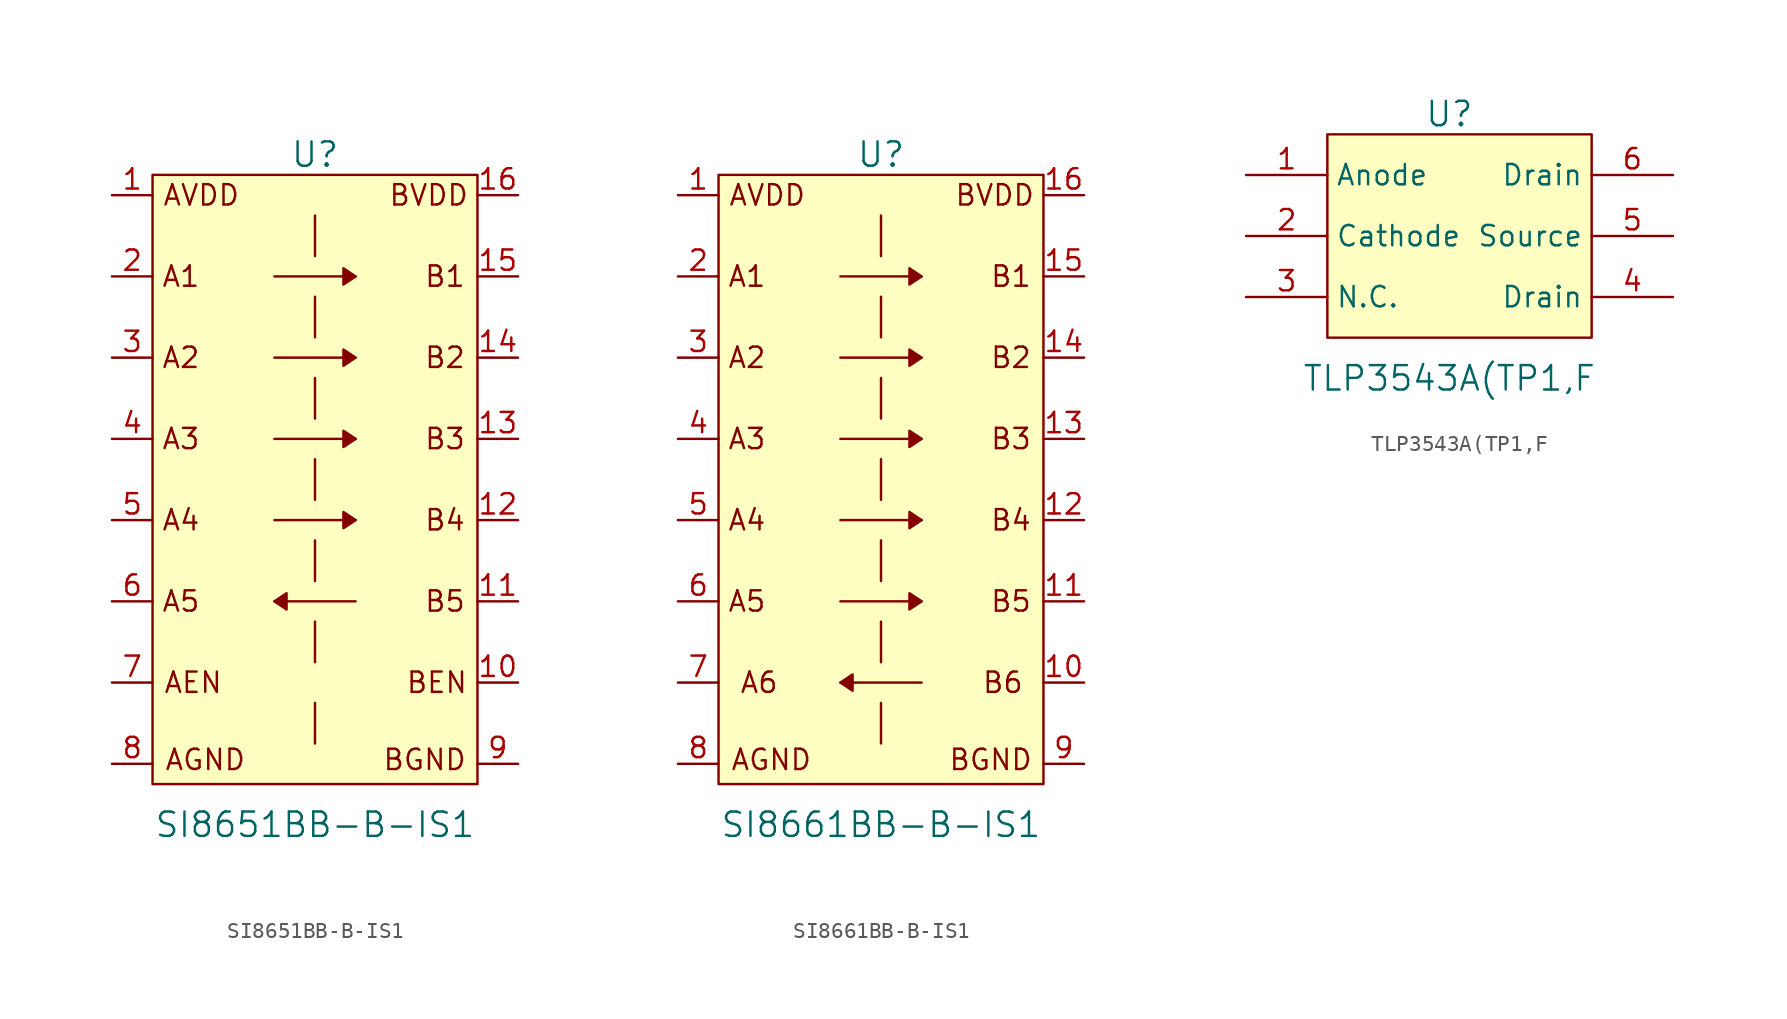
<source format=kicad_sym>
(kicad_symbol_lib
  (version 20231120)
  (generator "kicad_symbol_editor")
  (generator_version "8.0")
  (symbol "SI8651BB-B-IS1"
    (pin_names
      (offset 0) hide)
    (property "Reference" "U"
      (at 0 20.32 0)
      (effects (font (size 1.524 1.524))))
    (property "Value" "SI8651BB-B-IS1"
      (at 0 -21.59 0)
      (effects (font (size 1.524 1.524))))
    (symbol "SI8651BB-B-IS1_0_0"
      (polyline (pts (xy -2.54 -7.62) (xy 2.54 -7.62)) (stroke (width 0) (type default)) (fill (type none)))
      (polyline (pts (xy -2.54 -2.54) (xy 2.54 -2.54)) (stroke (width 0) (type default)) (fill (type none)))
      (polyline (pts (xy -2.54 2.54) (xy 2.54 2.54)) (stroke (width 0) (type default)) (fill (type none)))
      (polyline (pts (xy -2.54 7.62) (xy 2.54 7.62)) (stroke (width 0) (type default)) (fill (type none)))
      (polyline (pts (xy -2.54 12.7) (xy 2.54 12.7)) (stroke (width 0) (type default)) (fill (type none)))
      (polyline (pts (xy 0 -13.97) (xy 0 -16.51)) (stroke (width 0) (type default)) (fill (type none)))
      (polyline (pts (xy 0 -8.89) (xy 0 -11.43)) (stroke (width 0) (type default)) (fill (type none)))
      (polyline (pts (xy 0 -3.81) (xy 0 -6.35)) (stroke (width 0) (type default)) (fill (type none)))
      (polyline (pts (xy 0 1.27) (xy 0 -1.27)) (stroke (width 0) (type default)) (fill (type none)))
      (polyline (pts (xy 0 6.35) (xy 0 3.81)) (stroke (width 0) (type default)) (fill (type none)))
      (polyline (pts (xy 0 11.43) (xy 0 8.89)) (stroke (width 0) (type default)) (fill (type none)))
      (polyline (pts (xy 0 16.51) (xy 0 13.97)) (stroke (width 0) (type default)) (fill (type none)))
      (polyline (pts (xy -2.54 -7.62) (xy -1.778 -7.112) (xy -1.778 -8.128) (xy -2.54 -7.62)) (stroke (width 0) (type default)) (fill (type outline)))
      (polyline (pts (xy 2.54 -2.54) (xy 1.778 -2.032) (xy 1.778 -3.048) (xy 2.54 -2.54)) (stroke (width 0) (type default)) (fill (type outline)))
      (polyline (pts (xy 2.54 2.54) (xy 1.778 3.048) (xy 1.778 2.032) (xy 2.54 2.54)) (stroke (width 0) (type default)) (fill (type outline)))
      (polyline (pts (xy 2.54 7.62) (xy 1.778 8.128) (xy 1.778 7.112) (xy 2.54 7.62)) (stroke (width 0) (type default)) (fill (type outline)))
      (polyline (pts (xy 2.54 12.7) (xy 1.778 13.208) (xy 1.778 12.192) (xy 2.54 12.7)) (stroke (width 0) (type default)) (fill (type outline)))
      (polyline (pts (xy -10.16 19.05) (xy 10.16 19.05) (xy 10.16 -19.05) (xy -10.16 -19.05) (xy -10.16 1.27) (xy -10.16 19.05)) (stroke (width 0) (type default)) (fill (type background)))
      (text "A1" (at -8.382 12.7 0) (effects (font (size 1.27 1.27))))
      (text "A2" (at -8.382 7.62 0) (effects (font (size 1.27 1.27))))
      (text "A3" (at -8.382 2.54 0) (effects (font (size 1.27 1.27))))
      (text "A4" (at -8.382 -2.54 0) (effects (font (size 1.27 1.27))))
      (text "A5" (at -8.382 -7.62 0) (effects (font (size 1.27 1.27))))
      (text "AEN" (at -7.62 -12.7 0) (effects (font (size 1.27 1.27))))
      (text "AGND" (at -6.858 -17.526 0) (effects (font (size 1.27 1.27))))
      (text "AVDD" (at -7.112 17.78 0) (effects (font (size 1.27 1.27))))
      (text "B1" (at 8.128 12.7 0) (effects (font (size 1.27 1.27))))
      (text "B2" (at 8.128 7.62 0) (effects (font (size 1.27 1.27))))
      (text "B3" (at 8.128 2.54 0) (effects (font (size 1.27 1.27))))
      (text "B4" (at 8.128 -2.54 0) (effects (font (size 1.27 1.27))))
      (text "B5" (at 8.128 -7.62 0) (effects (font (size 1.27 1.27))))
      (text "BEN" (at 7.62 -12.7 0) (effects (font (size 1.27 1.27))))
      (text "BGND" (at 6.858 -17.526 0) (effects (font (size 1.27 1.27))))
      (text "BVDD" (at 7.112 17.78 0) (effects (font (size 1.27 1.27)))))
    (symbol "SI8651BB-B-IS1_1_1"
      (pin input line (at -12.7 17.78 0) (length 2.54) (name "AVDD" (effects (font (size 1.27 1.27)))) (number "1" (effects (font (size 1.27 1.27)))))
      (pin input line (at 12.7 -12.7 180) (length 2.54) (name "BEN" (effects (font (size 1.27 1.27)))) (number "10" (effects (font (size 1.27 1.27)))))
      (pin input line (at 12.7 -7.62 180) (length 2.54) (name "B5" (effects (font (size 1.27 1.27)))) (number "11" (effects (font (size 1.27 1.27)))))
      (pin input line (at 12.7 -2.54 180) (length 2.54) (name "B4" (effects (font (size 1.27 1.27)))) (number "12" (effects (font (size 1.27 1.27)))))
      (pin input line (at 12.7 2.54 180) (length 2.54) (name "B3" (effects (font (size 1.27 1.27)))) (number "13" (effects (font (size 1.27 1.27)))))
      (pin input line (at 12.7 7.62 180) (length 2.54) (name "B2" (effects (font (size 1.27 1.27)))) (number "14" (effects (font (size 1.27 1.27)))))
      (pin input line (at 12.7 12.7 180) (length 2.54) (name "B1" (effects (font (size 1.27 1.27)))) (number "15" (effects (font (size 1.27 1.27)))))
      (pin input line (at 12.7 17.78 180) (length 2.54) (name "BVDD" (effects (font (size 1.27 1.27)))) (number "16" (effects (font (size 1.27 1.27)))))
      (pin input line (at -12.7 12.7 0) (length 2.54) (name "A1" (effects (font (size 1.27 1.27)))) (number "2" (effects (font (size 1.27 1.27)))))
      (pin input line (at -12.7 7.62 0) (length 2.54) (name "A2" (effects (font (size 1.27 1.27)))) (number "3" (effects (font (size 1.27 1.27)))))
      (pin input line (at -12.7 2.54 0) (length 2.54) (name "A3" (effects (font (size 1.27 1.27)))) (number "4" (effects (font (size 1.27 1.27)))))
      (pin input line (at -12.7 -2.54 0) (length 2.54) (name "A4" (effects (font (size 1.27 1.27)))) (number "5" (effects (font (size 1.27 1.27)))))
      (pin input line (at -12.7 -7.62 0) (length 2.54) (name "A5" (effects (font (size 1.27 1.27)))) (number "6" (effects (font (size 1.27 1.27)))))
      (pin input line (at -12.7 -12.7 0) (length 2.54) (name "AEN" (effects (font (size 1.27 1.27)))) (number "7" (effects (font (size 1.27 1.27)))))
      (pin input line (at -12.7 -17.78 0) (length 2.54) (name "AGND" (effects (font (size 1.27 1.27)))) (number "8" (effects (font (size 1.27 1.27)))))
      (pin input line (at 12.7 -17.78 180) (length 2.54) (name "BGND" (effects (font (size 1.27 1.27)))) (number "9" (effects (font (size 1.27 1.27)))))))
  (symbol "SI8661BB-B-IS1"
    (pin_names
      (offset 0) hide)
    (property "Reference" "U"
      (at 0 20.32 0)
      (effects (font (size 1.524 1.524))))
    (property "Value" "SI8661BB-B-IS1"
      (at 0 -21.59 0)
      (effects (font (size 1.524 1.524))))
    (symbol "SI8661BB-B-IS1_0_0"
      (polyline (pts (xy -2.54 -12.7) (xy 2.54 -12.7)) (stroke (width 0) (type default)) (fill (type none)))
      (polyline (pts (xy -2.54 -2.54) (xy 2.54 -2.54)) (stroke (width 0) (type default)) (fill (type none)))
      (polyline (pts (xy -2.54 2.54) (xy 2.54 2.54)) (stroke (width 0) (type default)) (fill (type none)))
      (polyline (pts (xy -2.54 7.62) (xy 2.54 7.62)) (stroke (width 0) (type default)) (fill (type none)))
      (polyline (pts (xy -2.54 12.7) (xy 2.54 12.7)) (stroke (width 0) (type default)) (fill (type none)))
      (polyline (pts (xy 0 -13.97) (xy 0 -16.51)) (stroke (width 0) (type default)) (fill (type none)))
      (polyline (pts (xy 0 -8.89) (xy 0 -11.43)) (stroke (width 0) (type default)) (fill (type none)))
      (polyline (pts (xy 0 -3.81) (xy 0 -6.35)) (stroke (width 0) (type default)) (fill (type none)))
      (polyline (pts (xy 0 1.27) (xy 0 -1.27)) (stroke (width 0) (type default)) (fill (type none)))
      (polyline (pts (xy 0 6.35) (xy 0 3.81)) (stroke (width 0) (type default)) (fill (type none)))
      (polyline (pts (xy 0 11.43) (xy 0 8.89)) (stroke (width 0) (type default)) (fill (type none)))
      (polyline (pts (xy 0 16.51) (xy 0 13.97)) (stroke (width 0) (type default)) (fill (type none)))
      (polyline (pts (xy -2.54 -12.7) (xy -1.778 -12.192) (xy -1.778 -13.208) (xy -2.54 -12.7)) (stroke (width 0) (type default)) (fill (type outline)))
      (polyline (pts (xy 2.54 -2.54) (xy 1.778 -2.032) (xy 1.778 -3.048) (xy 2.54 -2.54)) (stroke (width 0) (type default)) (fill (type outline)))
      (polyline (pts (xy 2.54 2.54) (xy 1.778 3.048) (xy 1.778 2.032) (xy 2.54 2.54)) (stroke (width 0) (type default)) (fill (type outline)))
      (polyline (pts (xy 2.54 7.62) (xy 1.778 8.128) (xy 1.778 7.112) (xy 2.54 7.62)) (stroke (width 0) (type default)) (fill (type outline)))
      (polyline (pts (xy 2.54 12.7) (xy 1.778 13.208) (xy 1.778 12.192) (xy 2.54 12.7)) (stroke (width 0) (type default)) (fill (type outline)))
      (polyline (pts (xy -10.16 19.05) (xy 10.16 19.05) (xy 10.16 -19.05) (xy -10.16 -19.05) (xy -10.16 1.27) (xy -10.16 19.05)) (stroke (width 0) (type default)) (fill (type background)))
      (text "A1" (at -8.382 12.7 0) (effects (font (size 1.27 1.27))))
      (text "A2" (at -8.382 7.62 0) (effects (font (size 1.27 1.27))))
      (text "A3" (at -8.382 2.54 0) (effects (font (size 1.27 1.27))))
      (text "A4" (at -8.382 -2.54 0) (effects (font (size 1.27 1.27))))
      (text "A5" (at -8.382 -7.62 0) (effects (font (size 1.27 1.27))))
      (text "A6" (at -7.62 -12.7 0) (effects (font (size 1.27 1.27))))
      (text "AGND" (at -6.858 -17.526 0) (effects (font (size 1.27 1.27))))
      (text "AVDD" (at -7.112 17.78 0) (effects (font (size 1.27 1.27))))
      (text "B1" (at 8.128 12.7 0) (effects (font (size 1.27 1.27))))
      (text "B2" (at 8.128 7.62 0) (effects (font (size 1.27 1.27))))
      (text "B3" (at 8.128 2.54 0) (effects (font (size 1.27 1.27))))
      (text "B4" (at 8.128 -2.54 0) (effects (font (size 1.27 1.27))))
      (text "B5" (at 8.128 -7.62 0) (effects (font (size 1.27 1.27))))
      (text "B6" (at 7.62 -12.7 0) (effects (font (size 1.27 1.27))))
      (text "BGND" (at 6.858 -17.526 0) (effects (font (size 1.27 1.27))))
      (text "BVDD" (at 7.112 17.78 0) (effects (font (size 1.27 1.27)))))
    (symbol "SI8661BB-B-IS1_1_0"
      (polyline (pts (xy -2.54 -7.62) (xy 2.54 -7.62)) (stroke (width 0) (type default)) (fill (type none)))
      (polyline (pts (xy 2.54 -7.62) (xy 1.778 -7.112) (xy 1.778 -8.128) (xy 2.54 -7.62)) (stroke (width 0) (type default)) (fill (type outline))))
    (symbol "SI8661BB-B-IS1_1_1"
      (pin input line (at -12.7 17.78 0) (length 2.54) (name "AVDD" (effects (font (size 1.27 1.27)))) (number "1" (effects (font (size 1.27 1.27)))))
      (pin input line (at 12.7 -12.7 180) (length 2.54) (name "BEN" (effects (font (size 1.27 1.27)))) (number "10" (effects (font (size 1.27 1.27)))))
      (pin input line (at 12.7 -7.62 180) (length 2.54) (name "B5" (effects (font (size 1.27 1.27)))) (number "11" (effects (font (size 1.27 1.27)))))
      (pin input line (at 12.7 -2.54 180) (length 2.54) (name "B4" (effects (font (size 1.27 1.27)))) (number "12" (effects (font (size 1.27 1.27)))))
      (pin input line (at 12.7 2.54 180) (length 2.54) (name "B3" (effects (font (size 1.27 1.27)))) (number "13" (effects (font (size 1.27 1.27)))))
      (pin input line (at 12.7 7.62 180) (length 2.54) (name "B2" (effects (font (size 1.27 1.27)))) (number "14" (effects (font (size 1.27 1.27)))))
      (pin input line (at 12.7 12.7 180) (length 2.54) (name "B1" (effects (font (size 1.27 1.27)))) (number "15" (effects (font (size 1.27 1.27)))))
      (pin input line (at 12.7 17.78 180) (length 2.54) (name "BVDD" (effects (font (size 1.27 1.27)))) (number "16" (effects (font (size 1.27 1.27)))))
      (pin input line (at -12.7 12.7 0) (length 2.54) (name "A1" (effects (font (size 1.27 1.27)))) (number "2" (effects (font (size 1.27 1.27)))))
      (pin input line (at -12.7 7.62 0) (length 2.54) (name "A2" (effects (font (size 1.27 1.27)))) (number "3" (effects (font (size 1.27 1.27)))))
      (pin input line (at -12.7 2.54 0) (length 2.54) (name "A3" (effects (font (size 1.27 1.27)))) (number "4" (effects (font (size 1.27 1.27)))))
      (pin input line (at -12.7 -2.54 0) (length 2.54) (name "A4" (effects (font (size 1.27 1.27)))) (number "5" (effects (font (size 1.27 1.27)))))
      (pin input line (at -12.7 -7.62 0) (length 2.54) (name "A5" (effects (font (size 1.27 1.27)))) (number "6" (effects (font (size 1.27 1.27)))))
      (pin input line (at -12.7 -12.7 0) (length 2.54) (name "AEN" (effects (font (size 1.27 1.27)))) (number "7" (effects (font (size 1.27 1.27)))))
      (pin input line (at -12.7 -17.78 0) (length 2.54) (name "AGND" (effects (font (size 1.27 1.27)))) (number "8" (effects (font (size 1.27 1.27)))))
      (pin input line (at 12.7 -17.78 180) (length 2.54) (name "BGND" (effects (font (size 1.27 1.27)))) (number "9" (effects (font (size 1.27 1.27)))))))
  (symbol "TLP3543A(TP1,F"
    (property "Reference" "U"
      (at 0 6.35 0)
      (effects (font (size 1.524 1.524))))
    (property "Value" "TLP3543A(TP1,F"
      (at 0 -10.16 0)
      (effects (font (size 1.524 1.524))))
    (symbol "TLP3543A(TP1,F_0_1"
      (rectangle (start -7.62 5.08) (end 8.89 -7.62) (stroke (width 0) (type default)) (fill (type background))))
    (symbol "TLP3543A(TP1,F_1_1"
      (pin passive line (at -12.7 2.54 0) (length 5.08) (name "Anode" (effects (font (size 1.27 1.27)))) (number "1" (effects (font (size 1.27 1.27)))))
      (pin passive line (at -12.7 -1.27 0) (length 5.08) (name "Cathode" (effects (font (size 1.27 1.27)))) (number "2" (effects (font (size 1.27 1.27)))))
      (pin passive line (at -12.7 -5.08 0) (length 5.08) (name "N.C." (effects (font (size 1.27 1.27)))) (number "3" (effects (font (size 1.27 1.27)))))
      (pin passive line (at 13.97 -5.08 180) (length 5.08) (name "Drain" (effects (font (size 1.27 1.27)))) (number "4" (effects (font (size 1.27 1.27)))))
      (pin passive line (at 13.97 -1.27 180) (length 5.08) (name "Source" (effects (font (size 1.27 1.27)))) (number "5" (effects (font (size 1.27 1.27)))))
      (pin passive line (at 13.97 2.54 180) (length 5.08) (name "Drain" (effects (font (size 1.27 1.27)))) (number "6" (effects (font (size 1.27 1.27))))))))
</source>
